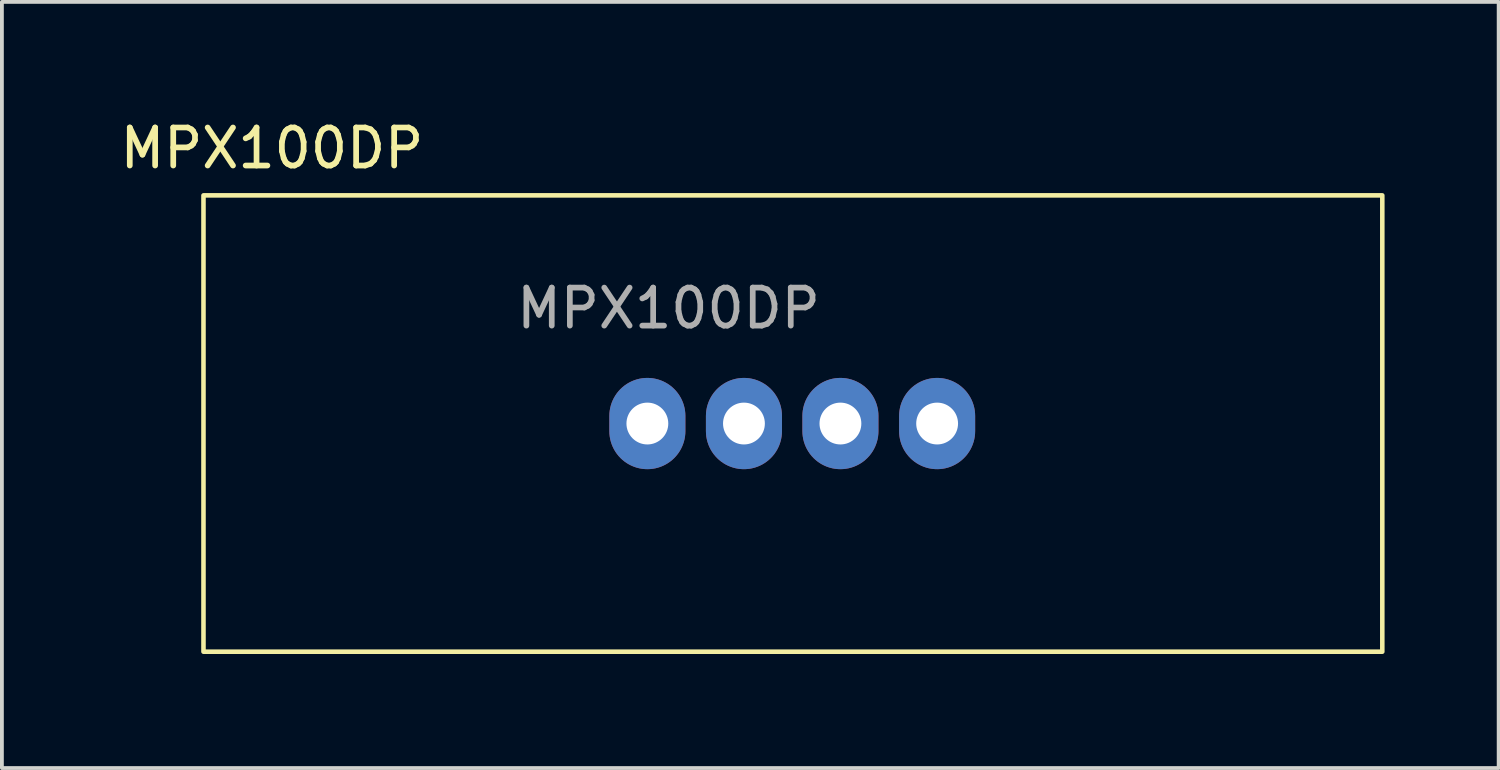
<source format=kicad_pcb>
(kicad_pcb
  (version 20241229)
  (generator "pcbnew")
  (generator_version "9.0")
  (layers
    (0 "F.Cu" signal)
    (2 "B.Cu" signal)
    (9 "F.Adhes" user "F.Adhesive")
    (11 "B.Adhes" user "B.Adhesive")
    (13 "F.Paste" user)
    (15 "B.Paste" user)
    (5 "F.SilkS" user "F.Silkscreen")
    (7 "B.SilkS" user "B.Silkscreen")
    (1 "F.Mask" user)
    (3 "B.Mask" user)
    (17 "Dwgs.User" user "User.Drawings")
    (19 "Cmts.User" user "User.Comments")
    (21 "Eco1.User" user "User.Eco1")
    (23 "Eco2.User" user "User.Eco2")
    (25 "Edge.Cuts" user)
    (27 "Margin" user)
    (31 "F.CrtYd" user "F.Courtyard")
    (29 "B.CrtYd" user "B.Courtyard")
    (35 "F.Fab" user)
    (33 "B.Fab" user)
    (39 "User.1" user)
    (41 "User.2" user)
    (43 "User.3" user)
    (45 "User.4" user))
  (footprint "MPX100DP"
    (layer "F.Cu")
    (at 17.801 8.088)
    (property "Reference" "MPX100DP" (at -13.7 -7.24 0) (unlocked yes) (layer "F.SilkS") (effects (font (size 1 1) (thickness 0.15))))
    (attr smd)
    (fp_rect (start -15.5 -6) (end 15.5 6) (stroke (width 0.12) (type solid)) (fill no) (layer "F.SilkS"))
    (fp_text user "${REFERENCE}" (at -3.27 -3.03 0) (unlocked yes) (layer "F.Fab") (effects (font (size 1 1) (thickness 0.15))))
    (pad "1" thru_hole oval (at -3.827 0) (size 2 2.4) (drill 1.1) (layers "*.Cu" "*.Mask"))
    (pad "2" thru_hole oval (at -1.287 0) (size 2 2.4) (drill 1.1) (layers "*.Cu" "*.Mask"))
    (pad "3" thru_hole oval (at 1.25 0) (size 2 2.4) (drill 1.1) (layers "*.Cu" "*.Mask"))
    (pad "4" thru_hole oval (at 3.793 0) (size 2 2.4) (drill 1.1) (layers "*.Cu" "*.Mask")))
  (gr_rect
    (start -3 -3)
    (end 36.361 17.148)
    (stroke (width 0.1) (type default))
    (fill no)
    (layer "Edge.Cuts")))
</source>
